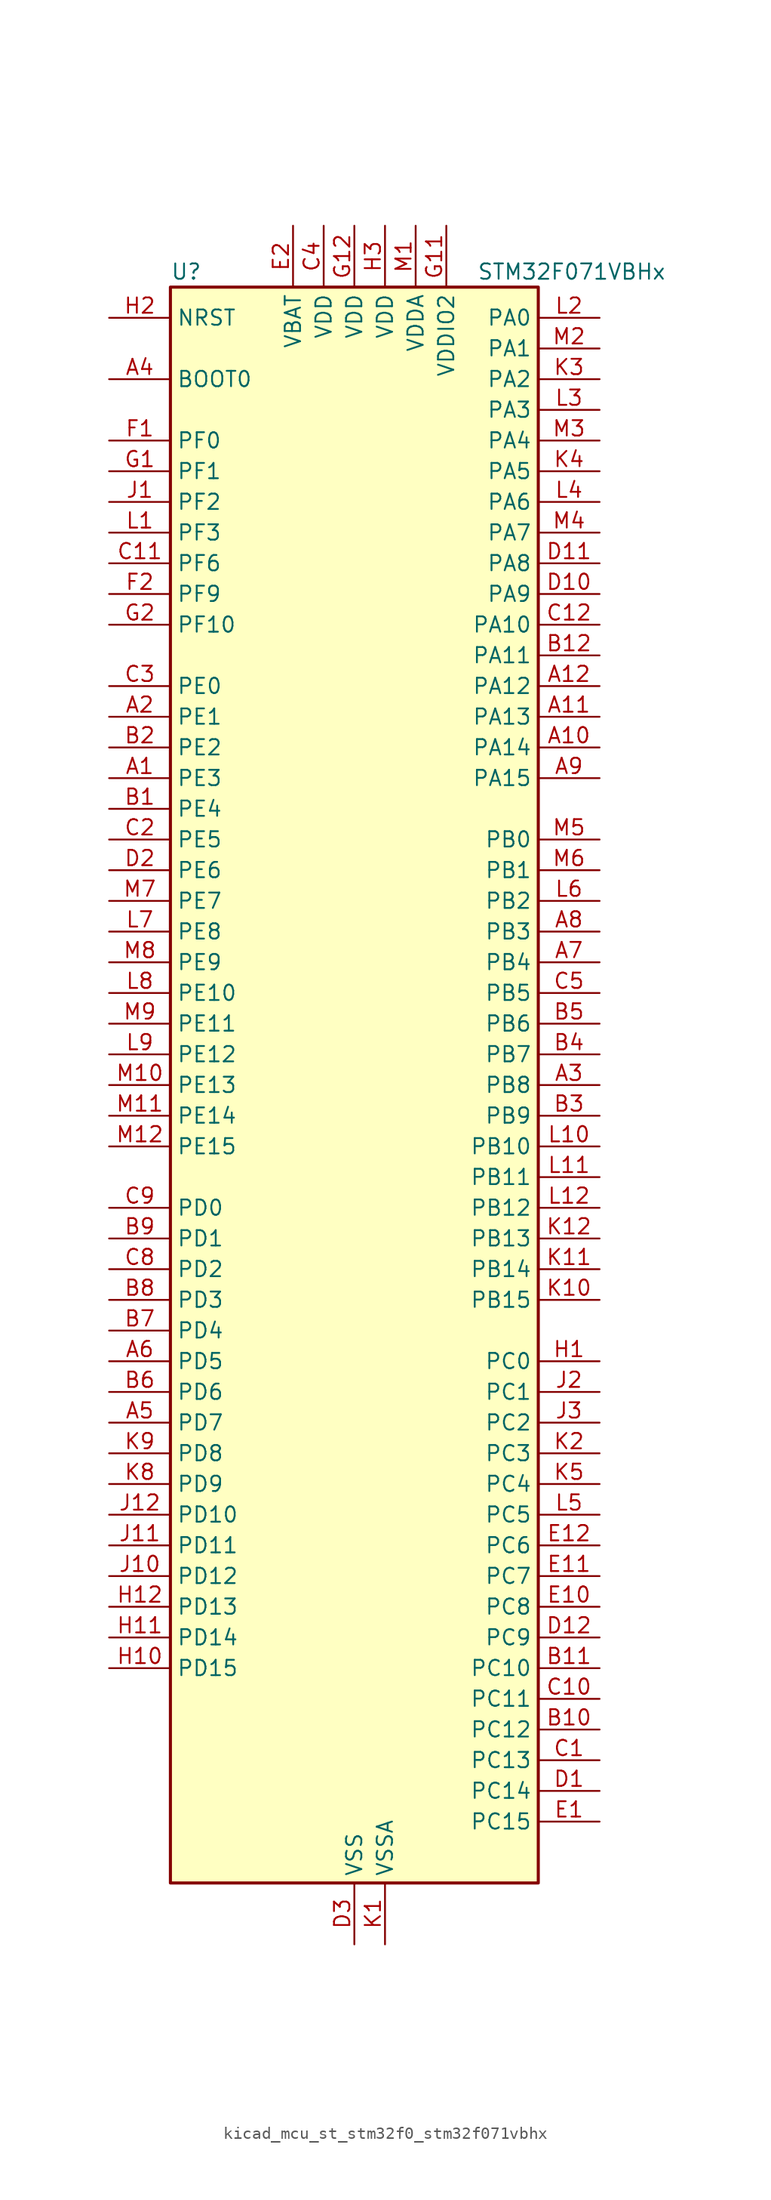
<source format=kicad_sym>
(kicad_symbol_lib
  (version 20220914)
  (generator kicad_symbol_editor)
  (symbol "kicad_mcu_st_stm32f0_stm32f071vbhx"
    (property "Reference" "U"
      (at -15.24 67.31 0)
      (effects (font (size 1.27 1.27)) (justify left)))
    (property "Value" "STM32F071VBHx"
      (at 10.16 67.31 0)
      (effects (font (size 1.27 1.27)) (justify left)))
    (property "ki_locked" ""
      (at 0 0 0)
      (effects (font (size 1.27 1.27))))
    (symbol "kicad_mcu_st_stm32f0_stm32f071vbhx_0_1"
      (rectangle (start -15.24 -66.04) (end 15.24 66.04) (stroke (width 0.254) (type default)) (fill (type background))))
    (symbol "kicad_mcu_st_stm32f0_stm32f071vbhx_1_1"
      (pin bidirectional line (at -20.32 25.4 0) (length 5.08) (name "PE3" (effects (font (size 1.27 1.27)))) (number "A1" (effects (font (size 1.27 1.27)))) (alternate "TIM3_CH1" bidirectional line) (alternate "TSC_G7_IO2" bidirectional line))
      (pin bidirectional line (at 20.32 27.94 180) (length 5.08) (name "PA14" (effects (font (size 1.27 1.27)))) (number "A10" (effects (font (size 1.27 1.27)))) (alternate "SYS_SWCLK" bidirectional line) (alternate "USART2_TX" bidirectional line))
      (pin bidirectional line (at 20.32 30.48 180) (length 5.08) (name "PA13" (effects (font (size 1.27 1.27)))) (number "A11" (effects (font (size 1.27 1.27)))) (alternate "IR_OUT" bidirectional line) (alternate "SYS_SWDIO" bidirectional line))
      (pin bidirectional line (at 20.32 33.02 180) (length 5.08) (name "PA12" (effects (font (size 1.27 1.27)))) (number "A12" (effects (font (size 1.27 1.27)))) (alternate "COMP2_OUT" bidirectional line) (alternate "TIM1_ETR" bidirectional line) (alternate "TSC_G4_IO4" bidirectional line) (alternate "USART1_DE" bidirectional line) (alternate "USART1_RTS" bidirectional line))
      (pin bidirectional line (at -20.32 30.48 0) (length 5.08) (name "PE1" (effects (font (size 1.27 1.27)))) (number "A2" (effects (font (size 1.27 1.27)))) (alternate "TIM17_CH1" bidirectional line))
      (pin bidirectional line (at 20.32 0 180) (length 5.08) (name "PB8" (effects (font (size 1.27 1.27)))) (number "A3" (effects (font (size 1.27 1.27)))) (alternate "CEC" bidirectional line) (alternate "I2C1_SCL" bidirectional line) (alternate "TIM16_CH1" bidirectional line) (alternate "TSC_SYNC" bidirectional line))
      (pin input line (at -20.32 58.42 0) (length 5.08) (name "BOOT0" (effects (font (size 1.27 1.27)))) (number "A4" (effects (font (size 1.27 1.27)))))
      (pin bidirectional line (at -20.32 -27.94 0) (length 5.08) (name "PD7" (effects (font (size 1.27 1.27)))) (number "A5" (effects (font (size 1.27 1.27)))) (alternate "USART2_CK" bidirectional line))
      (pin bidirectional line (at -20.32 -22.86 0) (length 5.08) (name "PD5" (effects (font (size 1.27 1.27)))) (number "A6" (effects (font (size 1.27 1.27)))) (alternate "USART2_TX" bidirectional line))
      (pin bidirectional line (at 20.32 10.16 180) (length 5.08) (name "PB4" (effects (font (size 1.27 1.27)))) (number "A7" (effects (font (size 1.27 1.27)))) (alternate "I2S1_MCK" bidirectional line) (alternate "SPI1_MISO" bidirectional line) (alternate "TIM17_BKIN" bidirectional line) (alternate "TIM3_CH1" bidirectional line) (alternate "TSC_G5_IO2" bidirectional line))
      (pin bidirectional line (at 20.32 12.7 180) (length 5.08) (name "PB3" (effects (font (size 1.27 1.27)))) (number "A8" (effects (font (size 1.27 1.27)))) (alternate "I2S1_CK" bidirectional line) (alternate "SPI1_SCK" bidirectional line) (alternate "TIM2_CH2" bidirectional line) (alternate "TSC_G5_IO1" bidirectional line))
      (pin bidirectional line (at 20.32 25.4 180) (length 5.08) (name "PA15" (effects (font (size 1.27 1.27)))) (number "A9" (effects (font (size 1.27 1.27)))) (alternate "I2S1_WS" bidirectional line) (alternate "SPI1_NSS" bidirectional line) (alternate "TIM2_CH1" bidirectional line) (alternate "TIM2_ETR" bidirectional line) (alternate "USART2_RX" bidirectional line) (alternate "USART4_DE" bidirectional line) (alternate "USART4_RTS" bidirectional line))
      (pin bidirectional line (at -20.32 22.86 0) (length 5.08) (name "PE4" (effects (font (size 1.27 1.27)))) (number "B1" (effects (font (size 1.27 1.27)))) (alternate "TIM3_CH2" bidirectional line) (alternate "TSC_G7_IO3" bidirectional line))
      (pin bidirectional line (at 20.32 -53.34 180) (length 5.08) (name "PC12" (effects (font (size 1.27 1.27)))) (number "B10" (effects (font (size 1.27 1.27)))) (alternate "USART3_CK" bidirectional line) (alternate "USART4_CK" bidirectional line))
      (pin bidirectional line (at 20.32 -48.26 180) (length 5.08) (name "PC10" (effects (font (size 1.27 1.27)))) (number "B11" (effects (font (size 1.27 1.27)))) (alternate "USART3_TX" bidirectional line) (alternate "USART4_TX" bidirectional line))
      (pin bidirectional line (at 20.32 35.56 180) (length 5.08) (name "PA11" (effects (font (size 1.27 1.27)))) (number "B12" (effects (font (size 1.27 1.27)))) (alternate "COMP1_OUT" bidirectional line) (alternate "TIM1_CH4" bidirectional line) (alternate "TSC_G4_IO3" bidirectional line) (alternate "USART1_CTS" bidirectional line))
      (pin bidirectional line (at -20.32 27.94 0) (length 5.08) (name "PE2" (effects (font (size 1.27 1.27)))) (number "B2" (effects (font (size 1.27 1.27)))) (alternate "TIM3_ETR" bidirectional line) (alternate "TSC_G7_IO1" bidirectional line))
      (pin bidirectional line (at 20.32 -2.54 180) (length 5.08) (name "PB9" (effects (font (size 1.27 1.27)))) (number "B3" (effects (font (size 1.27 1.27)))) (alternate "DAC_EXTI9" bidirectional line) (alternate "I2C1_SDA" bidirectional line) (alternate "I2S2_WS" bidirectional line) (alternate "IR_OUT" bidirectional line) (alternate "SPI2_NSS" bidirectional line) (alternate "TIM17_CH1" bidirectional line))
      (pin bidirectional line (at 20.32 2.54 180) (length 5.08) (name "PB7" (effects (font (size 1.27 1.27)))) (number "B4" (effects (font (size 1.27 1.27)))) (alternate "I2C1_SDA" bidirectional line) (alternate "TIM17_CH1N" bidirectional line) (alternate "TSC_G5_IO4" bidirectional line) (alternate "USART1_RX" bidirectional line) (alternate "USART4_CTS" bidirectional line))
      (pin bidirectional line (at 20.32 5.08 180) (length 5.08) (name "PB6" (effects (font (size 1.27 1.27)))) (number "B5" (effects (font (size 1.27 1.27)))) (alternate "I2C1_SCL" bidirectional line) (alternate "TIM16_CH1N" bidirectional line) (alternate "TSC_G5_IO3" bidirectional line) (alternate "USART1_TX" bidirectional line))
      (pin bidirectional line (at -20.32 -25.4 0) (length 5.08) (name "PD6" (effects (font (size 1.27 1.27)))) (number "B6" (effects (font (size 1.27 1.27)))) (alternate "USART2_RX" bidirectional line))
      (pin bidirectional line (at -20.32 -20.32 0) (length 5.08) (name "PD4" (effects (font (size 1.27 1.27)))) (number "B7" (effects (font (size 1.27 1.27)))) (alternate "I2S2_SD" bidirectional line) (alternate "SPI2_MOSI" bidirectional line) (alternate "USART2_DE" bidirectional line) (alternate "USART2_RTS" bidirectional line))
      (pin bidirectional line (at -20.32 -17.78 0) (length 5.08) (name "PD3" (effects (font (size 1.27 1.27)))) (number "B8" (effects (font (size 1.27 1.27)))) (alternate "I2S2_MCK" bidirectional line) (alternate "SPI2_MISO" bidirectional line) (alternate "USART2_CTS" bidirectional line))
      (pin bidirectional line (at -20.32 -12.7 0) (length 5.08) (name "PD1" (effects (font (size 1.27 1.27)))) (number "B9" (effects (font (size 1.27 1.27)))) (alternate "I2S2_CK" bidirectional line) (alternate "SPI2_SCK" bidirectional line))
      (pin bidirectional line (at 20.32 -55.88 180) (length 5.08) (name "PC13" (effects (font (size 1.27 1.27)))) (number "C1" (effects (font (size 1.27 1.27)))) (alternate "RTC_OUT_ALARM" bidirectional line) (alternate "RTC_OUT_CALIB" bidirectional line) (alternate "RTC_TAMP1" bidirectional line) (alternate "RTC_TS" bidirectional line) (alternate "SYS_WKUP2" bidirectional line))
      (pin bidirectional line (at 20.32 -50.8 180) (length 5.08) (name "PC11" (effects (font (size 1.27 1.27)))) (number "C10" (effects (font (size 1.27 1.27)))) (alternate "USART3_RX" bidirectional line) (alternate "USART4_RX" bidirectional line))
      (pin bidirectional line (at -20.32 43.18 0) (length 5.08) (name "PF6" (effects (font (size 1.27 1.27)))) (number "C11" (effects (font (size 1.27 1.27)))))
      (pin bidirectional line (at 20.32 38.1 180) (length 5.08) (name "PA10" (effects (font (size 1.27 1.27)))) (number "C12" (effects (font (size 1.27 1.27)))) (alternate "TIM17_BKIN" bidirectional line) (alternate "TIM1_CH3" bidirectional line) (alternate "TSC_G4_IO2" bidirectional line) (alternate "USART1_RX" bidirectional line))
      (pin bidirectional line (at -20.32 20.32 0) (length 5.08) (name "PE5" (effects (font (size 1.27 1.27)))) (number "C2" (effects (font (size 1.27 1.27)))) (alternate "TIM3_CH3" bidirectional line) (alternate "TSC_G7_IO4" bidirectional line))
      (pin bidirectional line (at -20.32 33.02 0) (length 5.08) (name "PE0" (effects (font (size 1.27 1.27)))) (number "C3" (effects (font (size 1.27 1.27)))) (alternate "TIM16_CH1" bidirectional line))
      (pin power_in line (at -2.54 71.12 270) (length 5.08) (name "VDD" (effects (font (size 1.27 1.27)))) (number "C4" (effects (font (size 1.27 1.27)))))
      (pin bidirectional line (at 20.32 7.62 180) (length 5.08) (name "PB5" (effects (font (size 1.27 1.27)))) (number "C5" (effects (font (size 1.27 1.27)))) (alternate "I2C1_SMBA" bidirectional line) (alternate "I2S1_SD" bidirectional line) (alternate "SPI1_MOSI" bidirectional line) (alternate "SYS_WKUP6" bidirectional line) (alternate "TIM16_BKIN" bidirectional line) (alternate "TIM3_CH2" bidirectional line))
      (pin bidirectional line (at -20.32 -15.24 0) (length 5.08) (name "PD2" (effects (font (size 1.27 1.27)))) (number "C8" (effects (font (size 1.27 1.27)))) (alternate "TIM3_ETR" bidirectional line) (alternate "USART3_DE" bidirectional line) (alternate "USART3_RTS" bidirectional line))
      (pin bidirectional line (at -20.32 -10.16 0) (length 5.08) (name "PD0" (effects (font (size 1.27 1.27)))) (number "C9" (effects (font (size 1.27 1.27)))) (alternate "I2S2_WS" bidirectional line) (alternate "SPI2_NSS" bidirectional line))
      (pin bidirectional line (at 20.32 -58.42 180) (length 5.08) (name "PC14" (effects (font (size 1.27 1.27)))) (number "D1" (effects (font (size 1.27 1.27)))) (alternate "RCC_OSC32_IN" bidirectional line))
      (pin bidirectional line (at 20.32 40.64 180) (length 5.08) (name "PA9" (effects (font (size 1.27 1.27)))) (number "D10" (effects (font (size 1.27 1.27)))) (alternate "DAC_EXTI9" bidirectional line) (alternate "TIM15_BKIN" bidirectional line) (alternate "TIM1_CH2" bidirectional line) (alternate "TSC_G4_IO1" bidirectional line) (alternate "USART1_TX" bidirectional line))
      (pin bidirectional line (at 20.32 43.18 180) (length 5.08) (name "PA8" (effects (font (size 1.27 1.27)))) (number "D11" (effects (font (size 1.27 1.27)))) (alternate "CRS_SYNC" bidirectional line) (alternate "RCC_MCO" bidirectional line) (alternate "TIM1_CH1" bidirectional line) (alternate "USART1_CK" bidirectional line))
      (pin bidirectional line (at 20.32 -45.72 180) (length 5.08) (name "PC9" (effects (font (size 1.27 1.27)))) (number "D12" (effects (font (size 1.27 1.27)))) (alternate "DAC_EXTI9" bidirectional line) (alternate "TIM3_CH4" bidirectional line))
      (pin bidirectional line (at -20.32 17.78 0) (length 5.08) (name "PE6" (effects (font (size 1.27 1.27)))) (number "D2" (effects (font (size 1.27 1.27)))) (alternate "RTC_TAMP3" bidirectional line) (alternate "SYS_WKUP3" bidirectional line) (alternate "TIM3_CH4" bidirectional line))
      (pin power_in line (at 0 -71.12 90) (length 5.08) (name "VSS" (effects (font (size 1.27 1.27)))) (number "D3" (effects (font (size 1.27 1.27)))))
      (pin bidirectional line (at 20.32 -60.96 180) (length 5.08) (name "PC15" (effects (font (size 1.27 1.27)))) (number "E1" (effects (font (size 1.27 1.27)))) (alternate "RCC_OSC32_OUT" bidirectional line))
      (pin bidirectional line (at 20.32 -43.18 180) (length 5.08) (name "PC8" (effects (font (size 1.27 1.27)))) (number "E10" (effects (font (size 1.27 1.27)))) (alternate "TIM3_CH3" bidirectional line))
      (pin bidirectional line (at 20.32 -40.64 180) (length 5.08) (name "PC7" (effects (font (size 1.27 1.27)))) (number "E11" (effects (font (size 1.27 1.27)))) (alternate "TIM3_CH2" bidirectional line))
      (pin bidirectional line (at 20.32 -38.1 180) (length 5.08) (name "PC6" (effects (font (size 1.27 1.27)))) (number "E12" (effects (font (size 1.27 1.27)))) (alternate "TIM3_CH1" bidirectional line))
      (pin power_in line (at -5.08 71.12 270) (length 5.08) (name "VBAT" (effects (font (size 1.27 1.27)))) (number "E2" (effects (font (size 1.27 1.27)))))
      (pin no_connect line (at -15.24 -66.04 0) (length 5.08) hide (name "NC" (effects (font (size 1.27 1.27)))) (number "E3" (effects (font (size 1.27 1.27)))))
      (pin bidirectional line (at -20.32 53.34 0) (length 5.08) (name "PF0" (effects (font (size 1.27 1.27)))) (number "F1" (effects (font (size 1.27 1.27)))) (alternate "CRS_SYNC" bidirectional line) (alternate "RCC_OSC_IN" bidirectional line))
      (pin passive line (at 0 -71.12 90) (length 5.08) hide (name "VSS" (effects (font (size 1.27 1.27)))) (number "F11" (effects (font (size 1.27 1.27)))))
      (pin passive line (at 0 -71.12 90) (length 5.08) hide (name "VSS" (effects (font (size 1.27 1.27)))) (number "F12" (effects (font (size 1.27 1.27)))))
      (pin bidirectional line (at -20.32 40.64 0) (length 5.08) (name "PF9" (effects (font (size 1.27 1.27)))) (number "F2" (effects (font (size 1.27 1.27)))) (alternate "DAC_EXTI9" bidirectional line) (alternate "TIM15_CH1" bidirectional line))
      (pin bidirectional line (at -20.32 50.8 0) (length 5.08) (name "PF1" (effects (font (size 1.27 1.27)))) (number "G1" (effects (font (size 1.27 1.27)))) (alternate "RCC_OSC_OUT" bidirectional line))
      (pin power_in line (at 7.62 71.12 270) (length 5.08) (name "VDDIO2" (effects (font (size 1.27 1.27)))) (number "G11" (effects (font (size 1.27 1.27)))))
      (pin power_in line (at 0 71.12 270) (length 5.08) (name "VDD" (effects (font (size 1.27 1.27)))) (number "G12" (effects (font (size 1.27 1.27)))))
      (pin bidirectional line (at -20.32 38.1 0) (length 5.08) (name "PF10" (effects (font (size 1.27 1.27)))) (number "G2" (effects (font (size 1.27 1.27)))) (alternate "TIM15_CH2" bidirectional line))
      (pin bidirectional line (at 20.32 -22.86 180) (length 5.08) (name "PC0" (effects (font (size 1.27 1.27)))) (number "H1" (effects (font (size 1.27 1.27)))) (alternate "ADC_IN10" bidirectional line))
      (pin bidirectional line (at -20.32 -48.26 0) (length 5.08) (name "PD15" (effects (font (size 1.27 1.27)))) (number "H10" (effects (font (size 1.27 1.27)))) (alternate "CRS_SYNC" bidirectional line) (alternate "TSC_G8_IO4" bidirectional line))
      (pin bidirectional line (at -20.32 -45.72 0) (length 5.08) (name "PD14" (effects (font (size 1.27 1.27)))) (number "H11" (effects (font (size 1.27 1.27)))) (alternate "TSC_G8_IO3" bidirectional line))
      (pin bidirectional line (at -20.32 -43.18 0) (length 5.08) (name "PD13" (effects (font (size 1.27 1.27)))) (number "H12" (effects (font (size 1.27 1.27)))) (alternate "TSC_G8_IO2" bidirectional line))
      (pin input line (at -20.32 63.5 0) (length 5.08) (name "NRST" (effects (font (size 1.27 1.27)))) (number "H2" (effects (font (size 1.27 1.27)))))
      (pin power_in line (at 2.54 71.12 270) (length 5.08) (name "VDD" (effects (font (size 1.27 1.27)))) (number "H3" (effects (font (size 1.27 1.27)))))
      (pin bidirectional line (at -20.32 48.26 0) (length 5.08) (name "PF2" (effects (font (size 1.27 1.27)))) (number "J1" (effects (font (size 1.27 1.27)))) (alternate "SYS_WKUP8" bidirectional line))
      (pin bidirectional line (at -20.32 -40.64 0) (length 5.08) (name "PD12" (effects (font (size 1.27 1.27)))) (number "J10" (effects (font (size 1.27 1.27)))) (alternate "TSC_G8_IO1" bidirectional line) (alternate "USART3_DE" bidirectional line) (alternate "USART3_RTS" bidirectional line))
      (pin bidirectional line (at -20.32 -38.1 0) (length 5.08) (name "PD11" (effects (font (size 1.27 1.27)))) (number "J11" (effects (font (size 1.27 1.27)))) (alternate "USART3_CTS" bidirectional line))
      (pin bidirectional line (at -20.32 -35.56 0) (length 5.08) (name "PD10" (effects (font (size 1.27 1.27)))) (number "J12" (effects (font (size 1.27 1.27)))) (alternate "USART3_CK" bidirectional line))
      (pin bidirectional line (at 20.32 -25.4 180) (length 5.08) (name "PC1" (effects (font (size 1.27 1.27)))) (number "J2" (effects (font (size 1.27 1.27)))) (alternate "ADC_IN11" bidirectional line))
      (pin bidirectional line (at 20.32 -27.94 180) (length 5.08) (name "PC2" (effects (font (size 1.27 1.27)))) (number "J3" (effects (font (size 1.27 1.27)))) (alternate "ADC_IN12" bidirectional line) (alternate "I2S2_MCK" bidirectional line) (alternate "SPI2_MISO" bidirectional line))
      (pin power_in line (at 2.54 -71.12 90) (length 5.08) (name "VSSA" (effects (font (size 1.27 1.27)))) (number "K1" (effects (font (size 1.27 1.27)))))
      (pin bidirectional line (at 20.32 -17.78 180) (length 5.08) (name "PB15" (effects (font (size 1.27 1.27)))) (number "K10" (effects (font (size 1.27 1.27)))) (alternate "I2S2_SD" bidirectional line) (alternate "RTC_REFIN" bidirectional line) (alternate "SPI2_MOSI" bidirectional line) (alternate "SYS_WKUP7" bidirectional line) (alternate "TIM15_CH1N" bidirectional line) (alternate "TIM15_CH2" bidirectional line) (alternate "TIM1_CH3N" bidirectional line))
      (pin bidirectional line (at 20.32 -15.24 180) (length 5.08) (name "PB14" (effects (font (size 1.27 1.27)))) (number "K11" (effects (font (size 1.27 1.27)))) (alternate "I2C2_SDA" bidirectional line) (alternate "I2S2_MCK" bidirectional line) (alternate "SPI2_MISO" bidirectional line) (alternate "TIM15_CH1" bidirectional line) (alternate "TIM1_CH2N" bidirectional line) (alternate "TSC_G6_IO4" bidirectional line) (alternate "USART3_DE" bidirectional line) (alternate "USART3_RTS" bidirectional line))
      (pin bidirectional line (at 20.32 -12.7 180) (length 5.08) (name "PB13" (effects (font (size 1.27 1.27)))) (number "K12" (effects (font (size 1.27 1.27)))) (alternate "I2C2_SCL" bidirectional line) (alternate "I2S2_CK" bidirectional line) (alternate "SPI2_SCK" bidirectional line) (alternate "TIM1_CH1N" bidirectional line) (alternate "TSC_G6_IO3" bidirectional line) (alternate "USART3_CTS" bidirectional line))
      (pin bidirectional line (at 20.32 -30.48 180) (length 5.08) (name "PC3" (effects (font (size 1.27 1.27)))) (number "K2" (effects (font (size 1.27 1.27)))) (alternate "ADC_IN13" bidirectional line) (alternate "I2S2_SD" bidirectional line) (alternate "SPI2_MOSI" bidirectional line))
      (pin bidirectional line (at 20.32 58.42 180) (length 5.08) (name "PA2" (effects (font (size 1.27 1.27)))) (number "K3" (effects (font (size 1.27 1.27)))) (alternate "ADC_IN2" bidirectional line) (alternate "COMP2_INM" bidirectional line) (alternate "COMP2_OUT" bidirectional line) (alternate "SYS_WKUP4" bidirectional line) (alternate "TIM15_CH1" bidirectional line) (alternate "TIM2_CH3" bidirectional line) (alternate "TSC_G1_IO3" bidirectional line) (alternate "USART2_TX" bidirectional line))
      (pin bidirectional line (at 20.32 50.8 180) (length 5.08) (name "PA5" (effects (font (size 1.27 1.27)))) (number "K4" (effects (font (size 1.27 1.27)))) (alternate "ADC_IN5" bidirectional line) (alternate "CEC" bidirectional line) (alternate "COMP1_INM" bidirectional line) (alternate "COMP2_INM" bidirectional line) (alternate "DAC_OUT2" bidirectional line) (alternate "I2S1_CK" bidirectional line) (alternate "SPI1_SCK" bidirectional line) (alternate "TIM2_CH1" bidirectional line) (alternate "TIM2_ETR" bidirectional line) (alternate "TSC_G2_IO2" bidirectional line))
      (pin bidirectional line (at 20.32 -33.02 180) (length 5.08) (name "PC4" (effects (font (size 1.27 1.27)))) (number "K5" (effects (font (size 1.27 1.27)))) (alternate "ADC_IN14" bidirectional line) (alternate "USART3_TX" bidirectional line))
      (pin bidirectional line (at -20.32 -33.02 0) (length 5.08) (name "PD9" (effects (font (size 1.27 1.27)))) (number "K8" (effects (font (size 1.27 1.27)))) (alternate "DAC_EXTI9" bidirectional line) (alternate "USART3_RX" bidirectional line))
      (pin bidirectional line (at -20.32 -30.48 0) (length 5.08) (name "PD8" (effects (font (size 1.27 1.27)))) (number "K9" (effects (font (size 1.27 1.27)))) (alternate "USART3_TX" bidirectional line))
      (pin bidirectional line (at -20.32 45.72 0) (length 5.08) (name "PF3" (effects (font (size 1.27 1.27)))) (number "L1" (effects (font (size 1.27 1.27)))))
      (pin bidirectional line (at 20.32 -5.08 180) (length 5.08) (name "PB10" (effects (font (size 1.27 1.27)))) (number "L10" (effects (font (size 1.27 1.27)))) (alternate "CEC" bidirectional line) (alternate "I2C2_SCL" bidirectional line) (alternate "I2S2_CK" bidirectional line) (alternate "SPI2_SCK" bidirectional line) (alternate "TIM2_CH3" bidirectional line) (alternate "TSC_SYNC" bidirectional line) (alternate "USART3_TX" bidirectional line))
      (pin bidirectional line (at 20.32 -7.62 180) (length 5.08) (name "PB11" (effects (font (size 1.27 1.27)))) (number "L11" (effects (font (size 1.27 1.27)))) (alternate "I2C2_SDA" bidirectional line) (alternate "TIM2_CH4" bidirectional line) (alternate "TSC_G6_IO1" bidirectional line) (alternate "USART3_RX" bidirectional line))
      (pin bidirectional line (at 20.32 -10.16 180) (length 5.08) (name "PB12" (effects (font (size 1.27 1.27)))) (number "L12" (effects (font (size 1.27 1.27)))) (alternate "I2S2_WS" bidirectional line) (alternate "SPI2_NSS" bidirectional line) (alternate "TIM15_BKIN" bidirectional line) (alternate "TIM1_BKIN" bidirectional line) (alternate "TSC_G6_IO2" bidirectional line) (alternate "USART3_CK" bidirectional line))
      (pin bidirectional line (at 20.32 63.5 180) (length 5.08) (name "PA0" (effects (font (size 1.27 1.27)))) (number "L2" (effects (font (size 1.27 1.27)))) (alternate "ADC_IN0" bidirectional line) (alternate "COMP1_INM" bidirectional line) (alternate "COMP1_OUT" bidirectional line) (alternate "RTC_TAMP2" bidirectional line) (alternate "SYS_WKUP1" bidirectional line) (alternate "TIM2_CH1" bidirectional line) (alternate "TIM2_ETR" bidirectional line) (alternate "TSC_G1_IO1" bidirectional line) (alternate "USART2_CTS" bidirectional line) (alternate "USART4_TX" bidirectional line))
      (pin bidirectional line (at 20.32 55.88 180) (length 5.08) (name "PA3" (effects (font (size 1.27 1.27)))) (number "L3" (effects (font (size 1.27 1.27)))) (alternate "ADC_IN3" bidirectional line) (alternate "COMP2_INP" bidirectional line) (alternate "TIM15_CH2" bidirectional line) (alternate "TIM2_CH4" bidirectional line) (alternate "TSC_G1_IO4" bidirectional line) (alternate "USART2_RX" bidirectional line))
      (pin bidirectional line (at 20.32 48.26 180) (length 5.08) (name "PA6" (effects (font (size 1.27 1.27)))) (number "L4" (effects (font (size 1.27 1.27)))) (alternate "ADC_IN6" bidirectional line) (alternate "COMP1_OUT" bidirectional line) (alternate "I2S1_MCK" bidirectional line) (alternate "SPI1_MISO" bidirectional line) (alternate "TIM16_CH1" bidirectional line) (alternate "TIM1_BKIN" bidirectional line) (alternate "TIM3_CH1" bidirectional line) (alternate "TSC_G2_IO3" bidirectional line) (alternate "USART3_CTS" bidirectional line))
      (pin bidirectional line (at 20.32 -35.56 180) (length 5.08) (name "PC5" (effects (font (size 1.27 1.27)))) (number "L5" (effects (font (size 1.27 1.27)))) (alternate "ADC_IN15" bidirectional line) (alternate "SYS_WKUP5" bidirectional line) (alternate "TSC_G3_IO1" bidirectional line) (alternate "USART3_RX" bidirectional line))
      (pin bidirectional line (at 20.32 15.24 180) (length 5.08) (name "PB2" (effects (font (size 1.27 1.27)))) (number "L6" (effects (font (size 1.27 1.27)))) (alternate "TSC_G3_IO4" bidirectional line))
      (pin bidirectional line (at -20.32 12.7 0) (length 5.08) (name "PE8" (effects (font (size 1.27 1.27)))) (number "L7" (effects (font (size 1.27 1.27)))) (alternate "TIM1_CH1N" bidirectional line))
      (pin bidirectional line (at -20.32 7.62 0) (length 5.08) (name "PE10" (effects (font (size 1.27 1.27)))) (number "L8" (effects (font (size 1.27 1.27)))) (alternate "TIM1_CH2N" bidirectional line))
      (pin bidirectional line (at -20.32 2.54 0) (length 5.08) (name "PE12" (effects (font (size 1.27 1.27)))) (number "L9" (effects (font (size 1.27 1.27)))) (alternate "I2S1_WS" bidirectional line) (alternate "SPI1_NSS" bidirectional line) (alternate "TIM1_CH3N" bidirectional line))
      (pin power_in line (at 5.08 71.12 270) (length 5.08) (name "VDDA" (effects (font (size 1.27 1.27)))) (number "M1" (effects (font (size 1.27 1.27)))))
      (pin bidirectional line (at -20.32 0 0) (length 5.08) (name "PE13" (effects (font (size 1.27 1.27)))) (number "M10" (effects (font (size 1.27 1.27)))) (alternate "I2S1_CK" bidirectional line) (alternate "SPI1_SCK" bidirectional line) (alternate "TIM1_CH3" bidirectional line))
      (pin bidirectional line (at -20.32 -2.54 0) (length 5.08) (name "PE14" (effects (font (size 1.27 1.27)))) (number "M11" (effects (font (size 1.27 1.27)))) (alternate "I2S1_MCK" bidirectional line) (alternate "SPI1_MISO" bidirectional line) (alternate "TIM1_CH4" bidirectional line))
      (pin bidirectional line (at -20.32 -5.08 0) (length 5.08) (name "PE15" (effects (font (size 1.27 1.27)))) (number "M12" (effects (font (size 1.27 1.27)))) (alternate "I2S1_SD" bidirectional line) (alternate "SPI1_MOSI" bidirectional line) (alternate "TIM1_BKIN" bidirectional line))
      (pin bidirectional line (at 20.32 60.96 180) (length 5.08) (name "PA1" (effects (font (size 1.27 1.27)))) (number "M2" (effects (font (size 1.27 1.27)))) (alternate "ADC_IN1" bidirectional line) (alternate "COMP1_INP" bidirectional line) (alternate "TIM15_CH1N" bidirectional line) (alternate "TIM2_CH2" bidirectional line) (alternate "TSC_G1_IO2" bidirectional line) (alternate "USART2_DE" bidirectional line) (alternate "USART2_RTS" bidirectional line) (alternate "USART4_RX" bidirectional line))
      (pin bidirectional line (at 20.32 53.34 180) (length 5.08) (name "PA4" (effects (font (size 1.27 1.27)))) (number "M3" (effects (font (size 1.27 1.27)))) (alternate "ADC_IN4" bidirectional line) (alternate "COMP1_INM" bidirectional line) (alternate "COMP2_INM" bidirectional line) (alternate "DAC_OUT1" bidirectional line) (alternate "I2S1_WS" bidirectional line) (alternate "SPI1_NSS" bidirectional line) (alternate "TIM14_CH1" bidirectional line) (alternate "TSC_G2_IO1" bidirectional line) (alternate "USART2_CK" bidirectional line))
      (pin bidirectional line (at 20.32 45.72 180) (length 5.08) (name "PA7" (effects (font (size 1.27 1.27)))) (number "M4" (effects (font (size 1.27 1.27)))) (alternate "ADC_IN7" bidirectional line) (alternate "COMP2_OUT" bidirectional line) (alternate "I2S1_SD" bidirectional line) (alternate "SPI1_MOSI" bidirectional line) (alternate "TIM14_CH1" bidirectional line) (alternate "TIM17_CH1" bidirectional line) (alternate "TIM1_CH1N" bidirectional line) (alternate "TIM3_CH2" bidirectional line) (alternate "TSC_G2_IO4" bidirectional line))
      (pin bidirectional line (at 20.32 20.32 180) (length 5.08) (name "PB0" (effects (font (size 1.27 1.27)))) (number "M5" (effects (font (size 1.27 1.27)))) (alternate "ADC_IN8" bidirectional line) (alternate "TIM1_CH2N" bidirectional line) (alternate "TIM3_CH3" bidirectional line) (alternate "TSC_G3_IO2" bidirectional line) (alternate "USART3_CK" bidirectional line))
      (pin bidirectional line (at 20.32 17.78 180) (length 5.08) (name "PB1" (effects (font (size 1.27 1.27)))) (number "M6" (effects (font (size 1.27 1.27)))) (alternate "ADC_IN9" bidirectional line) (alternate "TIM14_CH1" bidirectional line) (alternate "TIM1_CH3N" bidirectional line) (alternate "TIM3_CH4" bidirectional line) (alternate "TSC_G3_IO3" bidirectional line) (alternate "USART3_DE" bidirectional line) (alternate "USART3_RTS" bidirectional line))
      (pin bidirectional line (at -20.32 15.24 0) (length 5.08) (name "PE7" (effects (font (size 1.27 1.27)))) (number "M7" (effects (font (size 1.27 1.27)))) (alternate "TIM1_ETR" bidirectional line))
      (pin bidirectional line (at -20.32 10.16 0) (length 5.08) (name "PE9" (effects (font (size 1.27 1.27)))) (number "M8" (effects (font (size 1.27 1.27)))) (alternate "DAC_EXTI9" bidirectional line) (alternate "TIM1_CH1" bidirectional line))
      (pin bidirectional line (at -20.32 5.08 0) (length 5.08) (name "PE11" (effects (font (size 1.27 1.27)))) (number "M9" (effects (font (size 1.27 1.27)))) (alternate "TIM1_CH2" bidirectional line)))))
</source>
